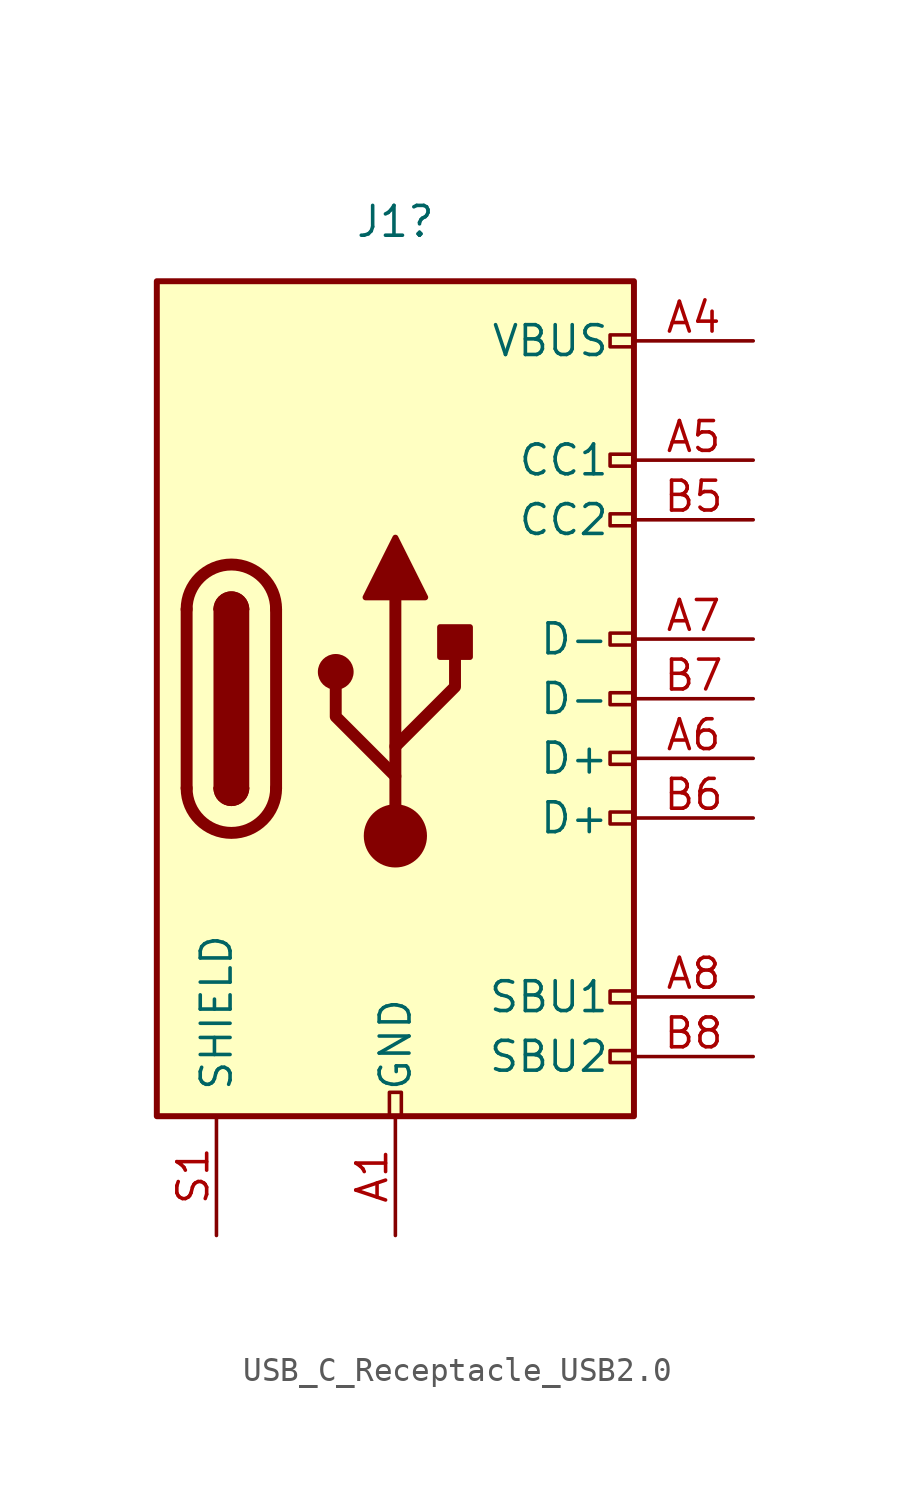
<source format=kicad_sym>
(kicad_symbol_lib
  (version 20220914)
  (generator kicad_symbol_editor)
  (symbol "USB_C_Receptacle_USB2.0"
    (pin_names
      (offset 1.016))
    (property "Reference" "J1"
      (at 0 20.32 0)
      (effects (font (size 1.27 1.27))))
    (symbol "USB_C_Receptacle_USB2.0_0_0"
      (rectangle (start -0.254 -17.78) (end 0.254 -16.764) (stroke (width 0) (type default)) (fill (type none)))
      (rectangle (start 10.16 -14.986) (end 9.144 -15.494) (stroke (width 0) (type default)) (fill (type none)))
      (rectangle (start 10.16 -12.446) (end 9.144 -12.954) (stroke (width 0) (type default)) (fill (type none)))
      (rectangle (start 10.16 -4.826) (end 9.144 -5.334) (stroke (width 0) (type default)) (fill (type none)))
      (rectangle (start 10.16 -2.286) (end 9.144 -2.794) (stroke (width 0) (type default)) (fill (type none)))
      (rectangle (start 10.16 0.254) (end 9.144 -0.254) (stroke (width 0) (type default)) (fill (type none)))
      (rectangle (start 10.16 2.794) (end 9.144 2.286) (stroke (width 0) (type default)) (fill (type none)))
      (rectangle (start 10.16 7.874) (end 9.144 7.366) (stroke (width 0) (type default)) (fill (type none)))
      (rectangle (start 10.16 10.414) (end 9.144 9.906) (stroke (width 0) (type default)) (fill (type none)))
      (rectangle (start 10.16 15.494) (end 9.144 14.986) (stroke (width 0) (type default)) (fill (type none))))
    (symbol "USB_C_Receptacle_USB2.0_0_1"
      (rectangle (start -10.16 17.78) (end 10.16 -17.78) (stroke (width 0.254) (type default)) (fill (type background)))
      (arc (start -8.89 -3.81) (mid -6.985 -5.7067) (end -5.08 -3.81) (stroke (width 0.508) (type default)) (fill (type none)))
      (arc (start -7.62 -3.81) (mid -6.985 -4.4423) (end -6.35 -3.81) (stroke (width 0.254) (type default)) (fill (type none)))
      (arc (start -7.62 -3.81) (mid -6.985 -4.4423) (end -6.35 -3.81) (stroke (width 0.254) (type default)) (fill (type outline)))
      (rectangle (start -7.62 -3.81) (end -6.35 3.81) (stroke (width 0.254) (type default)) (fill (type outline)))
      (arc (start -6.35 3.81) (mid -6.985 4.4423) (end -7.62 3.81) (stroke (width 0.254) (type default)) (fill (type none)))
      (arc (start -6.35 3.81) (mid -6.985 4.4423) (end -7.62 3.81) (stroke (width 0.254) (type default)) (fill (type outline)))
      (arc (start -5.08 3.81) (mid -6.985 5.7067) (end -8.89 3.81) (stroke (width 0.508) (type default)) (fill (type none)))
      (circle (center -2.54 1.143) (radius 0.635) (stroke (width 0.254) (type default)) (fill (type outline)))
      (circle (center 0 -5.842) (radius 1.27) (stroke (width 0) (type default)) (fill (type outline)))
      (polyline (pts (xy -8.89 -3.81) (xy -8.89 3.81)) (stroke (width 0.508) (type default)) (fill (type none)))
      (polyline (pts (xy -5.08 3.81) (xy -5.08 -3.81)) (stroke (width 0.508) (type default)) (fill (type none)))
      (polyline (pts (xy 0 -5.842) (xy 0 4.318)) (stroke (width 0.508) (type default)) (fill (type none)))
      (polyline (pts (xy 0 -3.302) (xy -2.54 -0.762) (xy -2.54 0.508)) (stroke (width 0.508) (type default)) (fill (type none)))
      (polyline (pts (xy 0 -2.032) (xy 2.54 0.508) (xy 2.54 1.778)) (stroke (width 0.508) (type default)) (fill (type none)))
      (polyline (pts (xy -1.27 4.318) (xy 0 6.858) (xy 1.27 4.318) (xy -1.27 4.318)) (stroke (width 0.254) (type default)) (fill (type outline)))
      (rectangle (start 1.905 1.778) (end 3.175 3.048) (stroke (width 0.254) (type default)) (fill (type outline))))
    (symbol "USB_C_Receptacle_USB2.0_1_1"
      (pin passive line (at 0 -22.86 90) (length 5.08) (name "GND" (effects (font (size 1.27 1.27)))) (number "A1" (effects (font (size 1.27 1.27)))))
      (pin passive line (at 0 -22.86 90) (length 5.08) hide (name "GND" (effects (font (size 1.27 1.27)))) (number "A12" (effects (font (size 1.27 1.27)))))
      (pin passive line (at 15.24 15.24 180) (length 5.08) (name "VBUS" (effects (font (size 1.27 1.27)))) (number "A4" (effects (font (size 1.27 1.27)))))
      (pin bidirectional line (at 15.24 10.16 180) (length 5.08) (name "CC1" (effects (font (size 1.27 1.27)))) (number "A5" (effects (font (size 1.27 1.27)))))
      (pin bidirectional line (at 15.24 -2.54 180) (length 5.08) (name "D+" (effects (font (size 1.27 1.27)))) (number "A6" (effects (font (size 1.27 1.27)))))
      (pin bidirectional line (at 15.24 2.54 180) (length 5.08) (name "D-" (effects (font (size 1.27 1.27)))) (number "A7" (effects (font (size 1.27 1.27)))))
      (pin bidirectional line (at 15.24 -12.7 180) (length 5.08) (name "SBU1" (effects (font (size 1.27 1.27)))) (number "A8" (effects (font (size 1.27 1.27)))))
      (pin passive line (at 15.24 15.24 180) (length 5.08) hide (name "VBUS" (effects (font (size 1.27 1.27)))) (number "A9" (effects (font (size 1.27 1.27)))))
      (pin passive line (at 0 -22.86 90) (length 5.08) hide (name "GND" (effects (font (size 1.27 1.27)))) (number "B1" (effects (font (size 1.27 1.27)))))
      (pin passive line (at 0 -22.86 90) (length 5.08) hide (name "GND" (effects (font (size 1.27 1.27)))) (number "B12" (effects (font (size 1.27 1.27)))))
      (pin passive line (at 15.24 15.24 180) (length 5.08) hide (name "VBUS" (effects (font (size 1.27 1.27)))) (number "B4" (effects (font (size 1.27 1.27)))))
      (pin bidirectional line (at 15.24 7.62 180) (length 5.08) (name "CC2" (effects (font (size 1.27 1.27)))) (number "B5" (effects (font (size 1.27 1.27)))))
      (pin bidirectional line (at 15.24 -5.08 180) (length 5.08) (name "D+" (effects (font (size 1.27 1.27)))) (number "B6" (effects (font (size 1.27 1.27)))))
      (pin bidirectional line (at 15.24 0 180) (length 5.08) (name "D-" (effects (font (size 1.27 1.27)))) (number "B7" (effects (font (size 1.27 1.27)))))
      (pin bidirectional line (at 15.24 -15.24 180) (length 5.08) (name "SBU2" (effects (font (size 1.27 1.27)))) (number "B8" (effects (font (size 1.27 1.27)))))
      (pin passive line (at 15.24 15.24 180) (length 5.08) hide (name "VBUS" (effects (font (size 1.27 1.27)))) (number "B9" (effects (font (size 1.27 1.27)))))
      (pin passive line (at -7.62 -22.86 90) (length 5.08) (name "SHIELD" (effects (font (size 1.27 1.27)))) (number "S1" (effects (font (size 1.27 1.27))))))))
</source>
